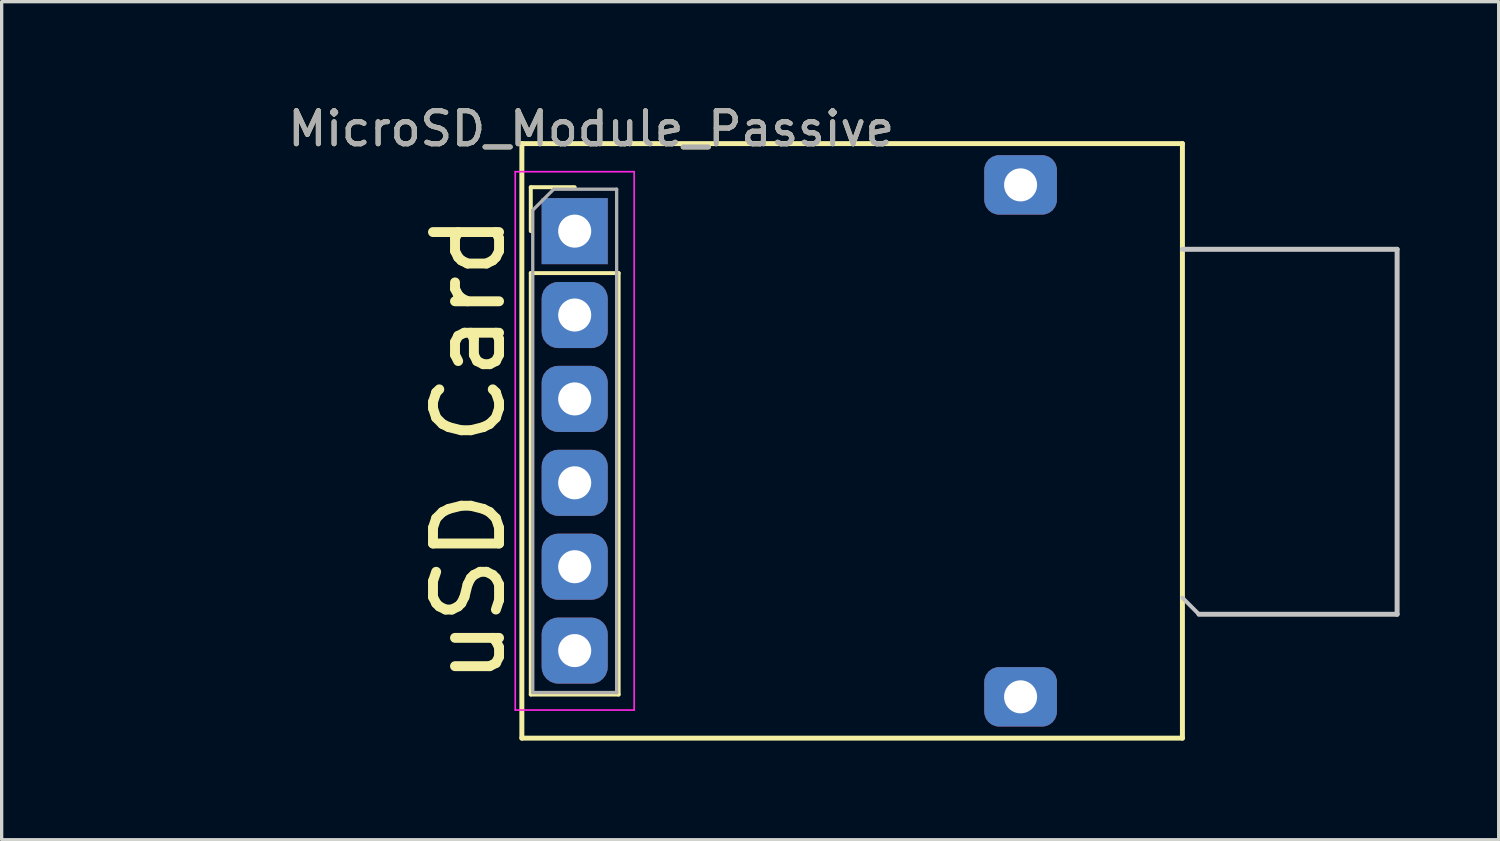
<source format=kicad_pcb>
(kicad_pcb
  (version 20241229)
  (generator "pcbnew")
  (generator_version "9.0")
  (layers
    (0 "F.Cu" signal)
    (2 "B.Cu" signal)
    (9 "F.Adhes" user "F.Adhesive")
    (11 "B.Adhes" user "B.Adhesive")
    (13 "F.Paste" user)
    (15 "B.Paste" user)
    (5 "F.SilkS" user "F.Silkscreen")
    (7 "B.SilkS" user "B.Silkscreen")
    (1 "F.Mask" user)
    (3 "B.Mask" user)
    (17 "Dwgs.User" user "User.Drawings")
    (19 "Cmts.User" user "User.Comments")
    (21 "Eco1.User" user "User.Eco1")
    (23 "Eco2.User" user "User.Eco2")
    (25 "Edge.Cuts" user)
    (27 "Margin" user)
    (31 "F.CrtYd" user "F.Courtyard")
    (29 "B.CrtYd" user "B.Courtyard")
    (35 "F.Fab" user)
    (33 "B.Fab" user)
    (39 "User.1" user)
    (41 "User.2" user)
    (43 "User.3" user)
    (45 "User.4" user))
  (footprint "MicroSD_Module_Passive"
    (layer "F.Cu")
    (at 0.25 12.848)
    (property "Reference" "MicroSD_Module_Passive" (at 14.6 -12 0) (layer "F.SilkS") (effects (font (size 1 1) (thickness 0.15))))
    (attr through_hole)
    (fp_line (start 12.5 -11.55) (end 32.5 -11.55) (stroke (width 0.15) (type solid)) (layer "F.SilkS"))
    (fp_line (start 12.5 6.45) (end 12.5 -11.55) (stroke (width 0.15) (type solid)) (layer "F.SilkS"))
    (fp_line (start 12.77 -10.23) (end 14.1 -10.23) (stroke (width 0.12) (type solid)) (layer "F.SilkS"))
    (fp_line (start 12.77 -8.9) (end 12.77 -10.23) (stroke (width 0.12) (type solid)) (layer "F.SilkS"))
    (fp_line (start 12.77 -7.63) (end 12.77 5.13) (stroke (width 0.12) (type solid)) (layer "F.SilkS"))
    (fp_line (start 12.77 -7.63) (end 15.43 -7.63) (stroke (width 0.12) (type solid)) (layer "F.SilkS"))
    (fp_line (start 12.77 5.13) (end 15.43 5.13) (stroke (width 0.12) (type solid)) (layer "F.SilkS"))
    (fp_line (start 15.43 -7.63) (end 15.43 5.13) (stroke (width 0.12) (type solid)) (layer "F.SilkS"))
    (fp_line (start 32.5 -11.55) (end 32.5 6.45) (stroke (width 0.15) (type solid)) (layer "F.SilkS"))
    (fp_line (start 32.5 6.45) (end 12.5 6.45) (stroke (width 0.15) (type solid)) (layer "F.SilkS"))
    (fp_line (start 32.5 -8.35) (end 39 -8.35) (stroke (width 0.15) (type solid)) (layer "Dwgs.User"))
    (fp_line (start 33 2.7) (end 32.5 2.2) (stroke (width 0.12) (type solid)) (layer "Dwgs.User"))
    (fp_line (start 39 -8.35) (end 39 2.7) (stroke (width 0.15) (type solid)) (layer "Dwgs.User"))
    (fp_line (start 39 2.7) (end 33 2.7) (stroke (width 0.15) (type solid)) (layer "Dwgs.User"))
    (fp_line (start 12.3 -10.7) (end 12.3 5.6) (stroke (width 0.05) (type solid)) (layer "F.CrtYd"))
    (fp_line (start 12.3 5.6) (end 15.9 5.6) (stroke (width 0.05) (type solid)) (layer "F.CrtYd"))
    (fp_line (start 15.9 -10.7) (end 12.3 -10.7) (stroke (width 0.05) (type solid)) (layer "F.CrtYd"))
    (fp_line (start 15.9 5.6) (end 15.9 -10.7) (stroke (width 0.05) (type solid)) (layer "F.CrtYd"))
    (fp_line (start 12.83 -9.535) (end 13.465 -10.17) (stroke (width 0.1) (type solid)) (layer "F.Fab"))
    (fp_line (start 12.83 5.07) (end 12.83 -9.535) (stroke (width 0.1) (type solid)) (layer "F.Fab"))
    (fp_line (start 13.465 -10.17) (end 15.37 -10.17) (stroke (width 0.1) (type solid)) (layer "F.Fab"))
    (fp_line (start 15.37 -10.17) (end 15.37 5.07) (stroke (width 0.1) (type solid)) (layer "F.Fab"))
    (fp_line (start 15.37 5.07) (end 12.83 5.07) (stroke (width 0.1) (type solid)) (layer "F.Fab"))
    (fp_text user "uSD Card" (at 10.9 -2.3 90) (layer "F.SilkS") (effects (font (size 2 2) (thickness 0.3))))
    (fp_text user "${REFERENCE}" (at 14.6 -12 180) (layer "F.Fab") (effects (font (size 1 1) (thickness 0.15))))
    (pad "1" thru_hole rect (at 14.1 -8.9) (size 2 2) (drill 1) (layers "*.Cu" "*.Mask"))
    (pad "2" thru_hole roundrect (at 14.1 -6.36) (size 2 2) (drill 1) (layers "*.Cu" "*.Mask") (roundrect_rratio 0.25))
    (pad "3" thru_hole roundrect (at 14.1 -3.82) (size 2 2) (drill 1) (layers "*.Cu" "*.Mask") (roundrect_rratio 0.25))
    (pad "4" thru_hole roundrect (at 14.1 -1.28) (size 2 2) (drill 1) (layers "*.Cu" "*.Mask") (roundrect_rratio 0.25))
    (pad "5" thru_hole roundrect (at 14.1 1.26) (size 2 2) (drill 1) (layers "*.Cu" "*.Mask") (roundrect_rratio 0.25))
    (pad "6" thru_hole roundrect (at 14.1 3.8) (size 2 2) (drill 1) (layers "*.Cu" "*.Mask") (roundrect_rratio 0.25))
    (pad "7" thru_hole roundrect (at 27.6 -10.3) (size 2.2 1.8) (drill 1) (layers "*.Cu" "*.Mask") (roundrect_rratio 0.25))
    (pad "7" thru_hole roundrect (at 27.6 5.2) (size 2.2 1.8) (drill 1) (layers "*.Cu" "*.Mask") (roundrect_rratio 0.25)))
  (gr_rect
    (start -3 -3)
    (end 42.325 22.373)
    (stroke (width 0.1) (type default))
    (fill no)
    (layer "Edge.Cuts")))
</source>
